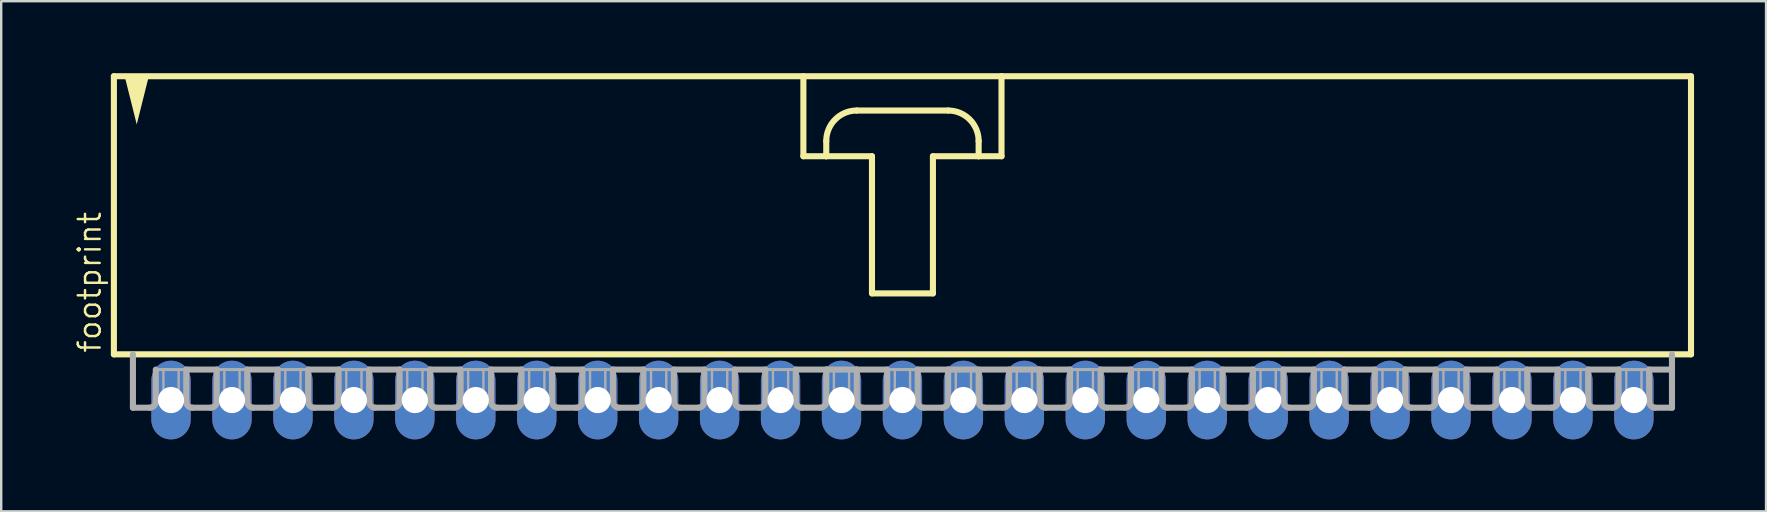
<source format=kicad_pcb>
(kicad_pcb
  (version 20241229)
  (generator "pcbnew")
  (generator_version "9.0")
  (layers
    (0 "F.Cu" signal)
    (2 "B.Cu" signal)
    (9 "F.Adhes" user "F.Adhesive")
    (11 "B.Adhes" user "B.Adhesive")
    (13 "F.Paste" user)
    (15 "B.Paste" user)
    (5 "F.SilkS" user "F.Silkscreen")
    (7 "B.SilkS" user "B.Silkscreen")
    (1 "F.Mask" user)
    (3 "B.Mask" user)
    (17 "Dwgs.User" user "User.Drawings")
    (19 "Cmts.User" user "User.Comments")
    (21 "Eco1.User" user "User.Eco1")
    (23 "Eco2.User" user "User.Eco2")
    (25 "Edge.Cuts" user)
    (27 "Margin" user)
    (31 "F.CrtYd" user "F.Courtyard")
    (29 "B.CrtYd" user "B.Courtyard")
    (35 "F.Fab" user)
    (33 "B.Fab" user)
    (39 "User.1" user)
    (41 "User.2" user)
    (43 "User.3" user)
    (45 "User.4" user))
  (footprint "footprint"
    (layer "F.Cu")
    (at 34.557 6.001)
    (property "Reference" "footprint" (at -33.337 5.715 90) (layer "F.SilkS") (effects (font (size 0.914 0.914) (thickness 0.102)) (justify left bottom)))
    (fp_line (start -32.861 -5.874) (end -32.861 5.715) (stroke (width 0.254) (type solid)) (layer "F.SilkS"))
    (fp_line (start -32.861 5.715) (end 32.861 5.715) (stroke (width 0.254) (type solid)) (layer "F.SilkS"))
    (fp_line (start -4.128 -5.874) (end -4.128 -2.54) (stroke (width 0.254) (type solid)) (layer "F.SilkS"))
    (fp_line (start -4.128 -2.54) (end -3.175 -2.54) (stroke (width 0.254) (type solid)) (layer "F.SilkS"))
    (fp_line (start -3.175 -2.54) (end -3.175 -3.175) (stroke (width 0.254) (type solid)) (layer "F.SilkS"))
    (fp_line (start -3.175 -2.54) (end -1.27 -2.54) (stroke (width 0.254) (type solid)) (layer "F.SilkS"))
    (fp_line (start -1.905 -4.445) (end 1.905 -4.445) (stroke (width 0.254) (type solid)) (layer "F.SilkS"))
    (fp_line (start -1.27 -2.54) (end -1.27 3.175) (stroke (width 0.254) (type solid)) (layer "F.SilkS"))
    (fp_line (start -1.27 3.175) (end 1.27 3.175) (stroke (width 0.254) (type solid)) (layer "F.SilkS"))
    (fp_line (start 1.27 -2.54) (end 3.175 -2.54) (stroke (width 0.254) (type solid)) (layer "F.SilkS"))
    (fp_line (start 1.27 3.175) (end 1.27 -2.54) (stroke (width 0.254) (type solid)) (layer "F.SilkS"))
    (fp_line (start 3.175 -3.175) (end 3.175 -2.54) (stroke (width 0.254) (type solid)) (layer "F.SilkS"))
    (fp_line (start 3.175 -2.54) (end 4.128 -2.54) (stroke (width 0.254) (type solid)) (layer "F.SilkS"))
    (fp_line (start 4.128 -5.874) (end -32.861 -5.874) (stroke (width 0.254) (type solid)) (layer "F.SilkS"))
    (fp_line (start 4.128 -2.54) (end 4.128 -5.874) (stroke (width 0.254) (type solid)) (layer "F.SilkS"))
    (fp_line (start 32.861 -5.874) (end 4.128 -5.874) (stroke (width 0.254) (type solid)) (layer "F.SilkS"))
    (fp_line (start 32.861 5.715) (end 32.861 -5.874) (stroke (width 0.254) (type solid)) (layer "F.SilkS"))
    (fp_arc (start -3.175 -3.175) (mid -2.803026 -4.073026) (end -1.905 -4.445) (stroke (width 0.254) (type solid)) (layer "F.SilkS"))
    (fp_arc (start 1.905 -4.445) (mid 2.803026 -4.073026) (end 3.175 -3.175) (stroke (width 0.254) (type solid)) (layer "F.SilkS"))
    (fp_poly (pts (xy -31.909 -3.864) (xy -32.418 -5.899) (xy -31.4 -5.899)) (stroke (width 0) (type solid)) (fill yes) (layer "F.SilkS"))
    (fp_line (start -32.068 5.715) (end -32.068 7.938) (stroke (width 0.254) (type solid)) (layer "F.Fab"))
    (fp_line (start -31.369 7.938) (end -32.068 7.938) (stroke (width 0.254) (type solid)) (layer "F.Fab"))
    (fp_line (start -31.115 6.35) (end -31.115 7.684) (stroke (width 0.254) (type solid)) (layer "F.Fab"))
    (fp_line (start -31.115 6.35) (end -29.845 6.35) (stroke (width 0.127) (type solid)) (layer "F.Fab"))
    (fp_line (start -29.845 6.35) (end -29.845 7.684) (stroke (width 0.254) (type solid)) (layer "F.Fab"))
    (fp_line (start -29.845 6.35) (end -28.575 6.35) (stroke (width 0.254) (type solid)) (layer "F.Fab"))
    (fp_line (start -28.829 7.938) (end -29.591 7.938) (stroke (width 0.254) (type solid)) (layer "F.Fab"))
    (fp_line (start -28.575 6.35) (end -28.575 7.684) (stroke (width 0.254) (type solid)) (layer "F.Fab"))
    (fp_line (start -28.575 6.35) (end -27.305 6.35) (stroke (width 0.127) (type solid)) (layer "F.Fab"))
    (fp_line (start -27.305 6.35) (end -27.305 7.684) (stroke (width 0.254) (type solid)) (layer "F.Fab"))
    (fp_line (start -27.305 6.35) (end -26.035 6.35) (stroke (width 0.254) (type solid)) (layer "F.Fab"))
    (fp_line (start -26.289 7.938) (end -27.051 7.938) (stroke (width 0.254) (type solid)) (layer "F.Fab"))
    (fp_line (start -26.035 6.35) (end -26.035 7.684) (stroke (width 0.254) (type solid)) (layer "F.Fab"))
    (fp_line (start -26.035 6.35) (end -24.765 6.35) (stroke (width 0.127) (type solid)) (layer "F.Fab"))
    (fp_line (start -24.765 6.35) (end -24.765 7.684) (stroke (width 0.254) (type solid)) (layer "F.Fab"))
    (fp_line (start -24.765 6.35) (end -23.495 6.35) (stroke (width 0.254) (type solid)) (layer "F.Fab"))
    (fp_line (start -23.749 7.938) (end -24.511 7.938) (stroke (width 0.254) (type solid)) (layer "F.Fab"))
    (fp_line (start -23.495 6.35) (end -23.495 7.684) (stroke (width 0.254) (type solid)) (layer "F.Fab"))
    (fp_line (start -23.495 6.35) (end -22.225 6.35) (stroke (width 0.127) (type solid)) (layer "F.Fab"))
    (fp_line (start -22.225 6.35) (end -22.225 7.684) (stroke (width 0.254) (type solid)) (layer "F.Fab"))
    (fp_line (start -22.225 6.35) (end -20.955 6.35) (stroke (width 0.254) (type solid)) (layer "F.Fab"))
    (fp_line (start -21.209 7.938) (end -21.971 7.938) (stroke (width 0.254) (type solid)) (layer "F.Fab"))
    (fp_line (start -20.955 6.35) (end -20.955 7.684) (stroke (width 0.254) (type solid)) (layer "F.Fab"))
    (fp_line (start -20.955 6.35) (end -19.685 6.35) (stroke (width 0.127) (type solid)) (layer "F.Fab"))
    (fp_line (start -19.685 6.35) (end -19.685 7.684) (stroke (width 0.254) (type solid)) (layer "F.Fab"))
    (fp_line (start -19.685 6.35) (end -18.415 6.35) (stroke (width 0.254) (type solid)) (layer "F.Fab"))
    (fp_line (start -18.669 7.938) (end -19.431 7.938) (stroke (width 0.254) (type solid)) (layer "F.Fab"))
    (fp_line (start -18.415 6.35) (end -18.415 7.684) (stroke (width 0.254) (type solid)) (layer "F.Fab"))
    (fp_line (start -18.415 6.35) (end -17.145 6.35) (stroke (width 0.127) (type solid)) (layer "F.Fab"))
    (fp_line (start -17.145 6.35) (end -17.145 7.684) (stroke (width 0.254) (type solid)) (layer "F.Fab"))
    (fp_line (start -17.145 6.35) (end -15.875 6.35) (stroke (width 0.254) (type solid)) (layer "F.Fab"))
    (fp_line (start -16.129 7.938) (end -16.891 7.938) (stroke (width 0.254) (type solid)) (layer "F.Fab"))
    (fp_line (start -15.875 6.35) (end -15.875 7.684) (stroke (width 0.254) (type solid)) (layer "F.Fab"))
    (fp_line (start -15.875 6.35) (end -14.605 6.35) (stroke (width 0.127) (type solid)) (layer "F.Fab"))
    (fp_line (start -14.605 6.35) (end -14.605 7.684) (stroke (width 0.254) (type solid)) (layer "F.Fab"))
    (fp_line (start -14.605 6.35) (end -13.335 6.35) (stroke (width 0.254) (type solid)) (layer "F.Fab"))
    (fp_line (start -13.589 7.938) (end -14.351 7.938) (stroke (width 0.254) (type solid)) (layer "F.Fab"))
    (fp_line (start -13.335 6.35) (end -13.335 7.684) (stroke (width 0.254) (type solid)) (layer "F.Fab"))
    (fp_line (start -13.335 6.35) (end -12.065 6.35) (stroke (width 0.127) (type solid)) (layer "F.Fab"))
    (fp_line (start -12.065 6.35) (end -12.065 7.684) (stroke (width 0.254) (type solid)) (layer "F.Fab"))
    (fp_line (start -12.065 6.35) (end -10.795 6.35) (stroke (width 0.254) (type solid)) (layer "F.Fab"))
    (fp_line (start -11.049 7.938) (end -11.811 7.938) (stroke (width 0.254) (type solid)) (layer "F.Fab"))
    (fp_line (start -10.795 6.35) (end -10.795 7.684) (stroke (width 0.254) (type solid)) (layer "F.Fab"))
    (fp_line (start -10.795 6.35) (end -9.525 6.35) (stroke (width 0.127) (type solid)) (layer "F.Fab"))
    (fp_line (start -9.525 6.35) (end -9.525 7.684) (stroke (width 0.254) (type solid)) (layer "F.Fab"))
    (fp_line (start -9.525 6.35) (end -8.255 6.35) (stroke (width 0.254) (type solid)) (layer "F.Fab"))
    (fp_line (start -8.509 7.938) (end -9.271 7.938) (stroke (width 0.254) (type solid)) (layer "F.Fab"))
    (fp_line (start -8.255 6.35) (end -8.255 7.684) (stroke (width 0.254) (type solid)) (layer "F.Fab"))
    (fp_line (start -8.255 6.35) (end -6.985 6.35) (stroke (width 0.127) (type solid)) (layer "F.Fab"))
    (fp_line (start -6.985 6.35) (end -6.985 7.684) (stroke (width 0.254) (type solid)) (layer "F.Fab"))
    (fp_line (start -6.985 6.35) (end -5.715 6.35) (stroke (width 0.254) (type solid)) (layer "F.Fab"))
    (fp_line (start -5.969 7.938) (end -6.731 7.938) (stroke (width 0.254) (type solid)) (layer "F.Fab"))
    (fp_line (start -5.715 6.35) (end -5.715 7.684) (stroke (width 0.254) (type solid)) (layer "F.Fab"))
    (fp_line (start -5.715 6.35) (end -4.445 6.35) (stroke (width 0.127) (type solid)) (layer "F.Fab"))
    (fp_line (start -4.445 6.35) (end -4.445 7.684) (stroke (width 0.254) (type solid)) (layer "F.Fab"))
    (fp_line (start -4.445 6.35) (end -3.175 6.35) (stroke (width 0.254) (type solid)) (layer "F.Fab"))
    (fp_line (start -3.429 7.938) (end -4.191 7.938) (stroke (width 0.254) (type solid)) (layer "F.Fab"))
    (fp_line (start -3.175 6.35) (end -3.175 7.684) (stroke (width 0.254) (type solid)) (layer "F.Fab"))
    (fp_line (start -3.175 6.35) (end -1.905 6.35) (stroke (width 0.254) (type solid)) (layer "F.Fab"))
    (fp_line (start -1.905 6.35) (end -1.905 7.684) (stroke (width 0.254) (type solid)) (layer "F.Fab"))
    (fp_line (start -1.905 6.35) (end -0.635 6.35) (stroke (width 0.254) (type solid)) (layer "F.Fab"))
    (fp_line (start -0.889 7.938) (end -1.651 7.938) (stroke (width 0.254) (type solid)) (layer "F.Fab"))
    (fp_line (start -0.635 6.35) (end -0.635 7.684) (stroke (width 0.254) (type solid)) (layer "F.Fab"))
    (fp_line (start -0.635 6.35) (end 0.635 6.35) (stroke (width 0.127) (type solid)) (layer "F.Fab"))
    (fp_line (start 0.635 6.35) (end 0.635 7.684) (stroke (width 0.254) (type solid)) (layer "F.Fab"))
    (fp_line (start 0.635 6.35) (end 1.905 6.35) (stroke (width 0.254) (type solid)) (layer "F.Fab"))
    (fp_line (start 1.651 7.938) (end 0.889 7.938) (stroke (width 0.254) (type solid)) (layer "F.Fab"))
    (fp_line (start 1.905 6.35) (end 1.905 7.684) (stroke (width 0.254) (type solid)) (layer "F.Fab"))
    (fp_line (start 1.905 6.35) (end 5.715 6.35) (stroke (width 0.254) (type solid)) (layer "F.Fab"))
    (fp_line (start 3.175 6.35) (end 3.175 7.684) (stroke (width 0.254) (type solid)) (layer "F.Fab"))
    (fp_line (start 4.191 7.938) (end 3.429 7.938) (stroke (width 0.254) (type solid)) (layer "F.Fab"))
    (fp_line (start 4.445 6.35) (end 4.445 7.684) (stroke (width 0.254) (type solid)) (layer "F.Fab"))
    (fp_line (start 5.715 6.35) (end 5.715 7.684) (stroke (width 0.254) (type solid)) (layer "F.Fab"))
    (fp_line (start 5.715 6.35) (end 6.985 6.35) (stroke (width 0.254) (type solid)) (layer "F.Fab"))
    (fp_line (start 5.969 7.938) (end 6.731 7.938) (stroke (width 0.254) (type solid)) (layer "F.Fab"))
    (fp_line (start 6.985 6.35) (end 8.255 6.35) (stroke (width 0.127) (type solid)) (layer "F.Fab"))
    (fp_line (start 6.985 7.684) (end 6.985 6.35) (stroke (width 0.254) (type solid)) (layer "F.Fab"))
    (fp_line (start 8.255 6.35) (end 8.255 7.684) (stroke (width 0.254) (type solid)) (layer "F.Fab"))
    (fp_line (start 8.255 6.35) (end 9.525 6.35) (stroke (width 0.254) (type solid)) (layer "F.Fab"))
    (fp_line (start 8.509 7.938) (end 9.271 7.938) (stroke (width 0.254) (type solid)) (layer "F.Fab"))
    (fp_line (start 9.525 6.35) (end 10.795 6.35) (stroke (width 0.127) (type solid)) (layer "F.Fab"))
    (fp_line (start 9.525 7.684) (end 9.525 6.35) (stroke (width 0.254) (type solid)) (layer "F.Fab"))
    (fp_line (start 10.795 6.35) (end 10.795 7.684) (stroke (width 0.254) (type solid)) (layer "F.Fab"))
    (fp_line (start 10.795 6.35) (end 12.065 6.35) (stroke (width 0.254) (type solid)) (layer "F.Fab"))
    (fp_line (start 11.049 7.938) (end 11.811 7.938) (stroke (width 0.254) (type solid)) (layer "F.Fab"))
    (fp_line (start 12.065 6.35) (end 13.335 6.35) (stroke (width 0.127) (type solid)) (layer "F.Fab"))
    (fp_line (start 12.065 7.684) (end 12.065 6.35) (stroke (width 0.254) (type solid)) (layer "F.Fab"))
    (fp_line (start 13.335 6.35) (end 13.335 7.684) (stroke (width 0.254) (type solid)) (layer "F.Fab"))
    (fp_line (start 13.335 6.35) (end 14.605 6.35) (stroke (width 0.254) (type solid)) (layer "F.Fab"))
    (fp_line (start 13.589 7.938) (end 14.351 7.938) (stroke (width 0.254) (type solid)) (layer "F.Fab"))
    (fp_line (start 14.605 6.35) (end 15.875 6.35) (stroke (width 0.127) (type solid)) (layer "F.Fab"))
    (fp_line (start 14.605 7.684) (end 14.605 6.35) (stroke (width 0.254) (type solid)) (layer "F.Fab"))
    (fp_line (start 15.875 6.35) (end 15.875 7.684) (stroke (width 0.254) (type solid)) (layer "F.Fab"))
    (fp_line (start 15.875 6.35) (end 17.145 6.35) (stroke (width 0.254) (type solid)) (layer "F.Fab"))
    (fp_line (start 16.129 7.938) (end 16.891 7.938) (stroke (width 0.254) (type solid)) (layer "F.Fab"))
    (fp_line (start 17.145 6.35) (end 18.415 6.35) (stroke (width 0.127) (type solid)) (layer "F.Fab"))
    (fp_line (start 17.145 7.684) (end 17.145 6.35) (stroke (width 0.254) (type solid)) (layer "F.Fab"))
    (fp_line (start 18.415 6.35) (end 18.415 7.684) (stroke (width 0.254) (type solid)) (layer "F.Fab"))
    (fp_line (start 18.415 6.35) (end 19.685 6.35) (stroke (width 0.254) (type solid)) (layer "F.Fab"))
    (fp_line (start 18.669 7.938) (end 19.431 7.938) (stroke (width 0.254) (type solid)) (layer "F.Fab"))
    (fp_line (start 19.685 6.35) (end 20.955 6.35) (stroke (width 0.127) (type solid)) (layer "F.Fab"))
    (fp_line (start 19.685 7.684) (end 19.685 6.35) (stroke (width 0.254) (type solid)) (layer "F.Fab"))
    (fp_line (start 20.955 6.35) (end 20.955 7.684) (stroke (width 0.254) (type solid)) (layer "F.Fab"))
    (fp_line (start 20.955 6.35) (end 22.225 6.35) (stroke (width 0.254) (type solid)) (layer "F.Fab"))
    (fp_line (start 21.209 7.938) (end 21.971 7.938) (stroke (width 0.254) (type solid)) (layer "F.Fab"))
    (fp_line (start 22.225 6.35) (end 23.495 6.35) (stroke (width 0.127) (type solid)) (layer "F.Fab"))
    (fp_line (start 22.225 7.684) (end 22.225 6.35) (stroke (width 0.254) (type solid)) (layer "F.Fab"))
    (fp_line (start 23.495 6.35) (end 23.495 7.684) (stroke (width 0.254) (type solid)) (layer "F.Fab"))
    (fp_line (start 23.495 6.35) (end 24.765 6.35) (stroke (width 0.254) (type solid)) (layer "F.Fab"))
    (fp_line (start 23.749 7.938) (end 24.511 7.938) (stroke (width 0.254) (type solid)) (layer "F.Fab"))
    (fp_line (start 24.765 6.35) (end 26.035 6.35) (stroke (width 0.127) (type solid)) (layer "F.Fab"))
    (fp_line (start 24.765 7.684) (end 24.765 6.35) (stroke (width 0.254) (type solid)) (layer "F.Fab"))
    (fp_line (start 26.035 6.35) (end 26.035 7.684) (stroke (width 0.254) (type solid)) (layer "F.Fab"))
    (fp_line (start 26.035 6.35) (end 27.305 6.35) (stroke (width 0.254) (type solid)) (layer "F.Fab"))
    (fp_line (start 26.289 7.938) (end 27.051 7.938) (stroke (width 0.254) (type solid)) (layer "F.Fab"))
    (fp_line (start 27.305 6.35) (end 28.575 6.35) (stroke (width 0.127) (type solid)) (layer "F.Fab"))
    (fp_line (start 27.305 7.684) (end 27.305 6.35) (stroke (width 0.254) (type solid)) (layer "F.Fab"))
    (fp_line (start 28.575 6.35) (end 28.575 7.684) (stroke (width 0.254) (type solid)) (layer "F.Fab"))
    (fp_line (start 28.575 6.35) (end 29.845 6.35) (stroke (width 0.254) (type solid)) (layer "F.Fab"))
    (fp_line (start 28.829 7.938) (end 29.591 7.938) (stroke (width 0.254) (type solid)) (layer "F.Fab"))
    (fp_line (start 29.845 6.35) (end 31.115 6.35) (stroke (width 0.127) (type solid)) (layer "F.Fab"))
    (fp_line (start 29.845 7.684) (end 29.845 6.35) (stroke (width 0.254) (type solid)) (layer "F.Fab"))
    (fp_line (start 31.115 6.35) (end 31.115 7.684) (stroke (width 0.254) (type solid)) (layer "F.Fab"))
    (fp_line (start 31.115 6.35) (end 32.068 6.35) (stroke (width 0.254) (type solid)) (layer "F.Fab"))
    (fp_line (start 31.369 7.938) (end 32.068 7.938) (stroke (width 0.254) (type solid)) (layer "F.Fab"))
    (fp_line (start 32.068 6.35) (end 32.068 5.715) (stroke (width 0.254) (type solid)) (layer "F.Fab"))
    (fp_line (start 32.068 7.938) (end 32.068 6.35) (stroke (width 0.254) (type solid)) (layer "F.Fab"))
    (fp_arc (start -31.115 7.6835) (mid -31.189395 7.863105) (end -31.369 7.9375) (stroke (width 0.254) (type solid)) (layer "F.Fab"))
    (fp_arc (start -29.591 7.9375) (mid -29.770605 7.863105) (end -29.845 7.6835) (stroke (width 0.254) (type solid)) (layer "F.Fab"))
    (fp_arc (start -28.575 7.6835) (mid -28.649395 7.863105) (end -28.829 7.9375) (stroke (width 0.254) (type solid)) (layer "F.Fab"))
    (fp_arc (start -27.051 7.9375) (mid -27.230605 7.863105) (end -27.305 7.6835) (stroke (width 0.254) (type solid)) (layer "F.Fab"))
    (fp_arc (start -26.035 7.6835) (mid -26.109395 7.863105) (end -26.289 7.9375) (stroke (width 0.254) (type solid)) (layer "F.Fab"))
    (fp_arc (start -24.511 7.9375) (mid -24.690605 7.863105) (end -24.765 7.6835) (stroke (width 0.254) (type solid)) (layer "F.Fab"))
    (fp_arc (start -23.495 7.6835) (mid -23.569395 7.863105) (end -23.749 7.9375) (stroke (width 0.254) (type solid)) (layer "F.Fab"))
    (fp_arc (start -21.971 7.9375) (mid -22.150605 7.863105) (end -22.225 7.6835) (stroke (width 0.254) (type solid)) (layer "F.Fab"))
    (fp_arc (start -20.955 7.6835) (mid -21.029395 7.863105) (end -21.209 7.9375) (stroke (width 0.254) (type solid)) (layer "F.Fab"))
    (fp_arc (start -19.431 7.9375) (mid -19.610605 7.863105) (end -19.685 7.6835) (stroke (width 0.254) (type solid)) (layer "F.Fab"))
    (fp_arc (start -18.415 7.6835) (mid -18.489395 7.863105) (end -18.669 7.9375) (stroke (width 0.254) (type solid)) (layer "F.Fab"))
    (fp_arc (start -16.891 7.9375) (mid -17.070605 7.863105) (end -17.145 7.6835) (stroke (width 0.254) (type solid)) (layer "F.Fab"))
    (fp_arc (start -15.875 7.6835) (mid -15.949395 7.863105) (end -16.129 7.9375) (stroke (width 0.254) (type solid)) (layer "F.Fab"))
    (fp_arc (start -14.351 7.9375) (mid -14.530605 7.863105) (end -14.605 7.6835) (stroke (width 0.254) (type solid)) (layer "F.Fab"))
    (fp_arc (start -13.335 7.6835) (mid -13.409395 7.863105) (end -13.589 7.9375) (stroke (width 0.254) (type solid)) (layer "F.Fab"))
    (fp_arc (start -11.811 7.9375) (mid -11.990605 7.863105) (end -12.065 7.6835) (stroke (width 0.254) (type solid)) (layer "F.Fab"))
    (fp_arc (start -10.795 7.6835) (mid -10.869395 7.863105) (end -11.049 7.9375) (stroke (width 0.254) (type solid)) (layer "F.Fab"))
    (fp_arc (start -9.271 7.9375) (mid -9.450605 7.863105) (end -9.525 7.6835) (stroke (width 0.254) (type solid)) (layer "F.Fab"))
    (fp_arc (start -8.255 7.6835) (mid -8.329395 7.863105) (end -8.509 7.9375) (stroke (width 0.254) (type solid)) (layer "F.Fab"))
    (fp_arc (start -6.731 7.9375) (mid -6.910605 7.863105) (end -6.985 7.6835) (stroke (width 0.254) (type solid)) (layer "F.Fab"))
    (fp_arc (start -5.715 7.6835) (mid -5.789395 7.863105) (end -5.969 7.9375) (stroke (width 0.254) (type solid)) (layer "F.Fab"))
    (fp_arc (start -4.191 7.9375) (mid -4.370605 7.863105) (end -4.445 7.6835) (stroke (width 0.254) (type solid)) (layer "F.Fab"))
    (fp_arc (start -3.175 7.6835) (mid -3.249395 7.863105) (end -3.429 7.9375) (stroke (width 0.254) (type solid)) (layer "F.Fab"))
    (fp_arc (start -1.651 7.9375) (mid -1.830605 7.863105) (end -1.905 7.6835) (stroke (width 0.254) (type solid)) (layer "F.Fab"))
    (fp_arc (start -0.635 7.6835) (mid -0.709395 7.863105) (end -0.889 7.9375) (stroke (width 0.254) (type solid)) (layer "F.Fab"))
    (fp_arc (start 0.889 7.9375) (mid 0.709395 7.863105) (end 0.635 7.6835) (stroke (width 0.254) (type solid)) (layer "F.Fab"))
    (fp_arc (start 1.905 7.6835) (mid 1.830605 7.863105) (end 1.651 7.9375) (stroke (width 0.254) (type solid)) (layer "F.Fab"))
    (fp_arc (start 3.429 7.9375) (mid 3.249395 7.863105) (end 3.175 7.6835) (stroke (width 0.254) (type solid)) (layer "F.Fab"))
    (fp_arc (start 4.445 7.6835) (mid 4.370605 7.863105) (end 4.191 7.9375) (stroke (width 0.254) (type solid)) (layer "F.Fab"))
    (fp_arc (start 5.969 7.9375) (mid 5.789395 7.863105) (end 5.715 7.6835) (stroke (width 0.254) (type solid)) (layer "F.Fab"))
    (fp_arc (start 6.985 7.6835) (mid 6.910605 7.863105) (end 6.731 7.9375) (stroke (width 0.254) (type solid)) (layer "F.Fab"))
    (fp_arc (start 8.509 7.9375) (mid 8.329395 7.863105) (end 8.255 7.6835) (stroke (width 0.254) (type solid)) (layer "F.Fab"))
    (fp_arc (start 9.525 7.6835) (mid 9.450605 7.863105) (end 9.271 7.9375) (stroke (width 0.254) (type solid)) (layer "F.Fab"))
    (fp_arc (start 11.049 7.9375) (mid 10.869395 7.863105) (end 10.795 7.6835) (stroke (width 0.254) (type solid)) (layer "F.Fab"))
    (fp_arc (start 12.065 7.6835) (mid 11.990605 7.863105) (end 11.811 7.9375) (stroke (width 0.254) (type solid)) (layer "F.Fab"))
    (fp_arc (start 13.589 7.9375) (mid 13.409395 7.863105) (end 13.335 7.6835) (stroke (width 0.254) (type solid)) (layer "F.Fab"))
    (fp_arc (start 14.605 7.6835) (mid 14.530605 7.863105) (end 14.351 7.9375) (stroke (width 0.254) (type solid)) (layer "F.Fab"))
    (fp_arc (start 16.129 7.9375) (mid 15.949395 7.863105) (end 15.875 7.6835) (stroke (width 0.254) (type solid)) (layer "F.Fab"))
    (fp_arc (start 17.145 7.6835) (mid 17.070605 7.863105) (end 16.891 7.9375) (stroke (width 0.254) (type solid)) (layer "F.Fab"))
    (fp_arc (start 18.669 7.9375) (mid 18.489395 7.863105) (end 18.415 7.6835) (stroke (width 0.254) (type solid)) (layer "F.Fab"))
    (fp_arc (start 19.685 7.6835) (mid 19.610605 7.863105) (end 19.431 7.9375) (stroke (width 0.254) (type solid)) (layer "F.Fab"))
    (fp_arc (start 21.209 7.9375) (mid 21.029395 7.863105) (end 20.955 7.6835) (stroke (width 0.254) (type solid)) (layer "F.Fab"))
    (fp_arc (start 22.225 7.6835) (mid 22.150605 7.863105) (end 21.971 7.9375) (stroke (width 0.254) (type solid)) (layer "F.Fab"))
    (fp_arc (start 23.749 7.9375) (mid 23.569395 7.863105) (end 23.495 7.6835) (stroke (width 0.254) (type solid)) (layer "F.Fab"))
    (fp_arc (start 24.765 7.6835) (mid 24.690605 7.863105) (end 24.511 7.9375) (stroke (width 0.254) (type solid)) (layer "F.Fab"))
    (fp_arc (start 26.289 7.9375) (mid 26.109395 7.863105) (end 26.035 7.6835) (stroke (width 0.254) (type solid)) (layer "F.Fab"))
    (fp_arc (start 27.305 7.6835) (mid 27.230605 7.863105) (end 27.051 7.9375) (stroke (width 0.254) (type solid)) (layer "F.Fab"))
    (fp_arc (start 28.829 7.9375) (mid 28.649395 7.863105) (end 28.575 7.6835) (stroke (width 0.254) (type solid)) (layer "F.Fab"))
    (fp_arc (start 29.845 7.6835) (mid 29.770605 7.863105) (end 29.591 7.9375) (stroke (width 0.254) (type solid)) (layer "F.Fab"))
    (fp_arc (start 31.369 7.9375) (mid 31.189395 7.863105) (end 31.115 7.6835) (stroke (width 0.254) (type solid)) (layer "F.Fab"))
    (fp_poly (pts (xy -30.797 7.62) (xy -30.163 7.62) (xy -30.163 6.35) (xy -30.797 6.35)) (stroke (width 0.1) (type solid)) (fill no) (layer "F.Fab"))
    (fp_poly (pts (xy -28.258 7.62) (xy -27.622 7.62) (xy -27.622 6.35) (xy -28.258 6.35)) (stroke (width 0.1) (type solid)) (fill no) (layer "F.Fab"))
    (fp_poly (pts (xy -25.718 7.62) (xy -25.082 7.62) (xy -25.082 6.35) (xy -25.718 6.35)) (stroke (width 0.1) (type solid)) (fill no) (layer "F.Fab"))
    (fp_poly (pts (xy -23.177 7.62) (xy -22.543 7.62) (xy -22.543 6.35) (xy -23.177 6.35)) (stroke (width 0.1) (type solid)) (fill no) (layer "F.Fab"))
    (fp_poly (pts (xy -20.637 7.62) (xy -20.003 7.62) (xy -20.003 6.35) (xy -20.637 6.35)) (stroke (width 0.1) (type solid)) (fill no) (layer "F.Fab"))
    (fp_poly (pts (xy -18.098 7.62) (xy -17.462 7.62) (xy -17.462 6.35) (xy -18.098 6.35)) (stroke (width 0.1) (type solid)) (fill no) (layer "F.Fab"))
    (fp_poly (pts (xy -15.557 7.62) (xy -14.922 7.62) (xy -14.922 6.35) (xy -15.557 6.35)) (stroke (width 0.1) (type solid)) (fill no) (layer "F.Fab"))
    (fp_poly (pts (xy -13.018 7.62) (xy -12.383 7.62) (xy -12.383 6.35) (xy -13.018 6.35)) (stroke (width 0.1) (type solid)) (fill no) (layer "F.Fab"))
    (fp_poly (pts (xy -10.477 7.62) (xy -9.842 7.62) (xy -9.842 6.35) (xy -10.477 6.35)) (stroke (width 0.1) (type solid)) (fill no) (layer "F.Fab"))
    (fp_poly (pts (xy -7.938 7.62) (xy -7.303 7.62) (xy -7.303 6.35) (xy -7.938 6.35)) (stroke (width 0.1) (type solid)) (fill no) (layer "F.Fab"))
    (fp_poly (pts (xy -5.397 7.62) (xy -4.763 7.62) (xy -4.763 6.35) (xy -5.397 6.35)) (stroke (width 0.1) (type solid)) (fill no) (layer "F.Fab"))
    (fp_poly (pts (xy -2.857 7.62) (xy -2.223 7.62) (xy -2.223 6.35) (xy -2.857 6.35)) (stroke (width 0.1) (type solid)) (fill no) (layer "F.Fab"))
    (fp_poly (pts (xy -0.318 7.62) (xy 0.318 7.62) (xy 0.318 6.35) (xy -0.318 6.35)) (stroke (width 0.1) (type solid)) (fill no) (layer "F.Fab"))
    (fp_poly (pts (xy 2.223 7.62) (xy 2.857 7.62) (xy 2.857 6.35) (xy 2.223 6.35)) (stroke (width 0.1) (type solid)) (fill no) (layer "F.Fab"))
    (fp_poly (pts (xy 4.763 7.62) (xy 5.397 7.62) (xy 5.397 6.35) (xy 4.763 6.35)) (stroke (width 0.1) (type solid)) (fill no) (layer "F.Fab"))
    (fp_poly (pts (xy 7.303 7.62) (xy 7.938 7.62) (xy 7.938 6.35) (xy 7.303 6.35)) (stroke (width 0.1) (type solid)) (fill no) (layer "F.Fab"))
    (fp_poly (pts (xy 9.842 7.62) (xy 10.477 7.62) (xy 10.477 6.35) (xy 9.842 6.35)) (stroke (width 0.1) (type solid)) (fill no) (layer "F.Fab"))
    (fp_poly (pts (xy 12.383 7.62) (xy 13.018 7.62) (xy 13.018 6.35) (xy 12.383 6.35)) (stroke (width 0.1) (type solid)) (fill no) (layer "F.Fab"))
    (fp_poly (pts (xy 14.922 7.62) (xy 15.557 7.62) (xy 15.557 6.35) (xy 14.922 6.35)) (stroke (width 0.1) (type solid)) (fill no) (layer "F.Fab"))
    (fp_poly (pts (xy 17.462 7.62) (xy 18.098 7.62) (xy 18.098 6.35) (xy 17.462 6.35)) (stroke (width 0.1) (type solid)) (fill no) (layer "F.Fab"))
    (fp_poly (pts (xy 20.003 7.62) (xy 20.637 7.62) (xy 20.637 6.35) (xy 20.003 6.35)) (stroke (width 0.1) (type solid)) (fill no) (layer "F.Fab"))
    (fp_poly (pts (xy 22.543 7.62) (xy 23.177 7.62) (xy 23.177 6.35) (xy 22.543 6.35)) (stroke (width 0.1) (type solid)) (fill no) (layer "F.Fab"))
    (fp_poly (pts (xy 25.082 7.62) (xy 25.718 7.62) (xy 25.718 6.35) (xy 25.082 6.35)) (stroke (width 0.1) (type solid)) (fill no) (layer "F.Fab"))
    (fp_poly (pts (xy 27.622 7.62) (xy 28.258 7.62) (xy 28.258 6.35) (xy 27.622 6.35)) (stroke (width 0.1) (type solid)) (fill no) (layer "F.Fab"))
    (fp_poly (pts (xy 30.163 7.62) (xy 30.797 7.62) (xy 30.797 6.35) (xy 30.163 6.35)) (stroke (width 0.1) (type solid)) (fill no) (layer "F.Fab"))
    (pad "1" thru_hole oval (at -30.48 7.62 90) (size 3.277 1.638) (drill 1.092) (layers "*.Cu" "*.Mask"))
    (pad "2" thru_hole oval (at -27.94 7.62 90) (size 3.277 1.638) (drill 1.092) (layers "*.Cu" "*.Mask"))
    (pad "3" thru_hole oval (at -25.4 7.62 270) (size 3.277 1.638) (drill 1.092) (layers "*.Cu" "*.Mask"))
    (pad "4" thru_hole oval (at -22.86 7.62 270) (size 3.277 1.638) (drill 1.092) (layers "*.Cu" "*.Mask"))
    (pad "5" thru_hole oval (at -20.32 7.62 90) (size 3.277 1.638) (drill 1.092) (layers "*.Cu" "*.Mask"))
    (pad "6" thru_hole oval (at -17.78 7.62 90) (size 3.277 1.638) (drill 1.092) (layers "*.Cu" "*.Mask"))
    (pad "7" thru_hole oval (at -15.24 7.62 90) (size 3.277 1.638) (drill 1.092) (layers "*.Cu" "*.Mask"))
    (pad "8" thru_hole oval (at -12.7 7.62 90) (size 3.277 1.638) (drill 1.092) (layers "*.Cu" "*.Mask"))
    (pad "9" thru_hole oval (at -10.16 7.62 90) (size 3.277 1.638) (drill 1.092) (layers "*.Cu" "*.Mask"))
    (pad "10" thru_hole oval (at -7.62 7.62 90) (size 3.277 1.638) (drill 1.092) (layers "*.Cu" "*.Mask"))
    (pad "11" thru_hole oval (at -5.08 7.62 90) (size 3.277 1.638) (drill 1.092) (layers "*.Cu" "*.Mask"))
    (pad "12" thru_hole oval (at -2.54 7.62 90) (size 3.277 1.638) (drill 1.092) (layers "*.Cu" "*.Mask"))
    (pad "13" thru_hole oval (at 0 7.62 90) (size 3.277 1.638) (drill 1.092) (layers "*.Cu" "*.Mask"))
    (pad "14" thru_hole oval (at 2.54 7.62 90) (size 3.277 1.638) (drill 1.092) (layers "*.Cu" "*.Mask"))
    (pad "15" thru_hole oval (at 5.08 7.62 90) (size 3.277 1.638) (drill 1.092) (layers "*.Cu" "*.Mask"))
    (pad "16" thru_hole oval (at 7.62 7.62 90) (size 3.277 1.638) (drill 1.092) (layers "*.Cu" "*.Mask"))
    (pad "17" thru_hole oval (at 10.16 7.62 90) (size 3.277 1.638) (drill 1.092) (layers "*.Cu" "*.Mask"))
    (pad "18" thru_hole oval (at 12.7 7.62 90) (size 3.277 1.638) (drill 1.092) (layers "*.Cu" "*.Mask"))
    (pad "19" thru_hole oval (at 15.24 7.62 90) (size 3.277 1.638) (drill 1.092) (layers "*.Cu" "*.Mask"))
    (pad "20" thru_hole oval (at 17.78 7.62 90) (size 3.277 1.638) (drill 1.092) (layers "*.Cu" "*.Mask"))
    (pad "21" thru_hole oval (at 20.32 7.62 90) (size 3.277 1.638) (drill 1.092) (layers "*.Cu" "*.Mask"))
    (pad "22" thru_hole oval (at 22.86 7.62 90) (size 3.277 1.638) (drill 1.092) (layers "*.Cu" "*.Mask"))
    (pad "23" thru_hole oval (at 25.4 7.62 90) (size 3.277 1.638) (drill 1.092) (layers "*.Cu" "*.Mask"))
    (pad "24" thru_hole oval (at 27.94 7.62 90) (size 3.277 1.638) (drill 1.092) (layers "*.Cu" "*.Mask"))
    (pad "25" thru_hole oval (at 30.48 7.62 90) (size 3.277 1.638) (drill 1.092) (layers "*.Cu" "*.Mask")))
  (gr_rect
    (start -3 -3)
    (end 70.545 18.259)
    (stroke (width 0.1) (type default))
    (fill no)
    (layer "Edge.Cuts")))
</source>
